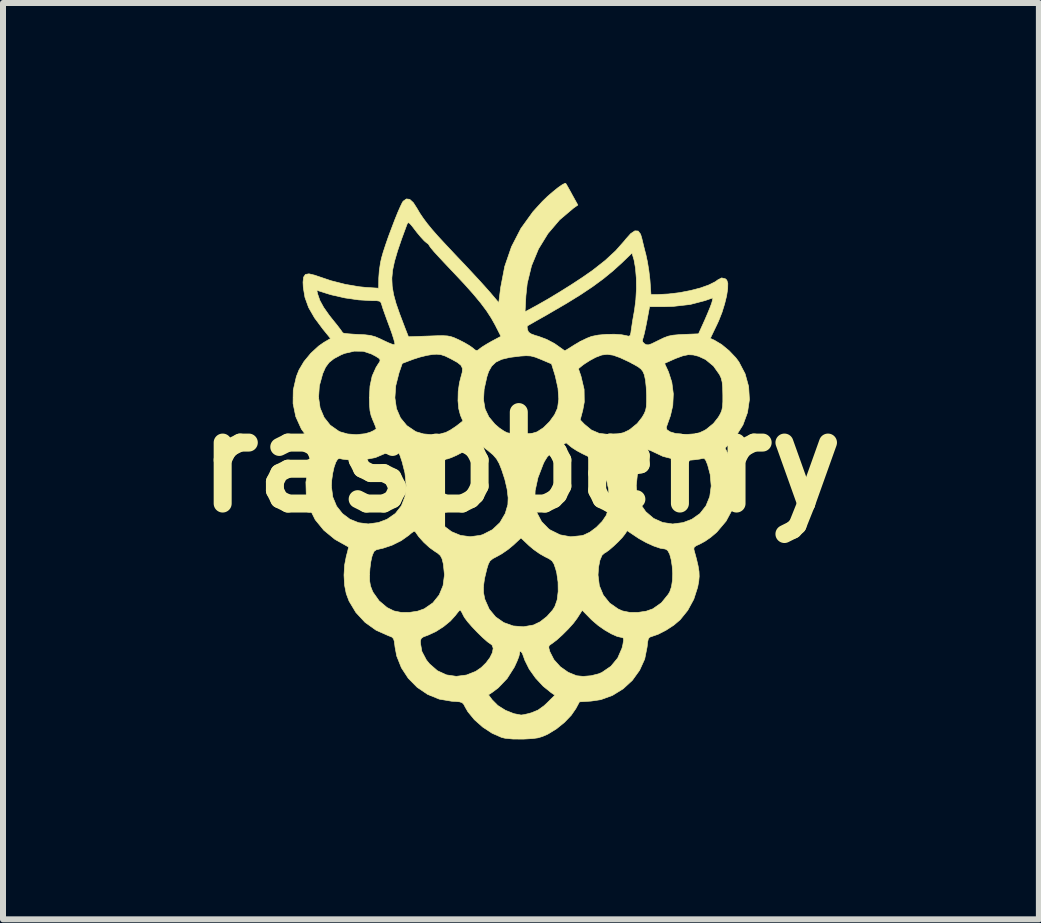
<source format=kicad_pcb>
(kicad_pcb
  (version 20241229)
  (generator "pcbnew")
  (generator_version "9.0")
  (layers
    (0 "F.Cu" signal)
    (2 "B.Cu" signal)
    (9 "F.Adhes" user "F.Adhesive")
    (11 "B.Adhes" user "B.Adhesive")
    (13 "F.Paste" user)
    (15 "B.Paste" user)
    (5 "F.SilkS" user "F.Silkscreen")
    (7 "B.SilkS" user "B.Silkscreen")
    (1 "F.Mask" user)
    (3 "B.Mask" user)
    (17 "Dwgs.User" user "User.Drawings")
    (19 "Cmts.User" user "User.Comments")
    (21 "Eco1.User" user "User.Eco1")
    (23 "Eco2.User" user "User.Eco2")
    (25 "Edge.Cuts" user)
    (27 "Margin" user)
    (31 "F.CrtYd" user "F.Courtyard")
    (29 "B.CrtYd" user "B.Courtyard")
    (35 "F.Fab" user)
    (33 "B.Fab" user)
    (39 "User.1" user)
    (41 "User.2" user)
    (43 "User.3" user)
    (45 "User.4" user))
  (footprint "raspberry"
    (layer "F.Cu")
    (at 5.632 4.652)
    (property "Reference" "raspberry" (at 0 0 0) (layer "F.SilkS") (effects (font (size 1.524 1.524) (thickness 0.3))))
    (attr through_hole)
    (fp_poly (pts (xy 0.746 -4.646) (xy 0.762 -4.62) (xy 0.795 -4.562) (xy 0.84 -4.481) (xy 0.851 -4.46) (xy 0.948 -4.285) (xy 0.874 -4.233) (xy 0.644 -4.038) (xy 0.449 -3.809) (xy 0.292 -3.553) (xy 0.176 -3.273) (xy 0.104 -2.978) (xy 0.082 -2.771) (xy 0.068 -2.506) (xy 0.269 -2.615) (xy 0.45 -2.718) (xy 0.647 -2.837) (xy 0.845 -2.961) (xy 1.029 -3.082) (xy 1.184 -3.19) (xy 1.194 -3.197) (xy 1.405 -3.363) (xy 1.579 -3.524) (xy 1.725 -3.689) (xy 1.745 -3.715) (xy 1.829 -3.809) (xy 1.898 -3.855) (xy 1.953 -3.852) (xy 1.993 -3.8) (xy 2.013 -3.734) (xy 2.026 -3.68) (xy 2.047 -3.593) (xy 2.073 -3.491) (xy 2.08 -3.467) (xy 2.107 -3.341) (xy 2.131 -3.193) (xy 2.148 -3.051) (xy 2.15 -3.029) (xy 2.166 -2.794) (xy 2.283 -2.794) (xy 2.459 -2.803) (xy 2.643 -2.825) (xy 2.823 -2.86) (xy 2.99 -2.903) (xy 3.132 -2.954) (xy 3.24 -3.008) (xy 3.279 -3.037) (xy 3.344 -3.071) (xy 3.406 -3.056) (xy 3.43 -3.034) (xy 3.447 -2.98) (xy 3.445 -2.89) (xy 3.427 -2.772) (xy 3.394 -2.638) (xy 3.35 -2.496) (xy 3.295 -2.357) (xy 3.268 -2.298) (xy 3.155 -2.063) (xy 3.222 -2.033) (xy 3.343 -1.961) (xy 3.468 -1.858) (xy 3.58 -1.74) (xy 3.631 -1.672) (xy 3.735 -1.473) (xy 3.794 -1.26) (xy 3.807 -1.043) (xy 3.775 -0.827) (xy 3.699 -0.62) (xy 3.579 -0.43) (xy 3.519 -0.359) (xy 3.402 -0.234) (xy 3.477 -0.085) (xy 3.562 0.134) (xy 3.597 0.355) (xy 3.584 0.575) (xy 3.524 0.786) (xy 3.418 0.983) (xy 3.267 1.162) (xy 3.249 1.179) (xy 3.161 1.253) (xy 3.067 1.318) (xy 2.988 1.361) (xy 2.986 1.362) (xy 2.915 1.395) (xy 2.883 1.423) (xy 2.882 1.457) (xy 2.883 1.46) (xy 2.925 1.614) (xy 2.952 1.73) (xy 2.967 1.823) (xy 2.97 1.903) (xy 2.963 1.983) (xy 2.946 2.075) (xy 2.943 2.088) (xy 2.88 2.284) (xy 2.779 2.47) (xy 2.652 2.627) (xy 2.546 2.717) (xy 2.417 2.801) (xy 2.286 2.868) (xy 2.182 2.904) (xy 2.145 2.917) (xy 2.123 2.943) (xy 2.111 2.995) (xy 2.102 3.08) (xy 2.062 3.281) (xy 1.977 3.468) (xy 1.856 3.636) (xy 1.703 3.777) (xy 1.525 3.887) (xy 1.33 3.958) (xy 1.167 3.982) (xy 0.975 3.994) (xy 0.915 4.106) (xy 0.837 4.219) (xy 0.725 4.336) (xy 0.593 4.443) (xy 0.457 4.527) (xy 0.438 4.537) (xy 0.359 4.571) (xy 0.284 4.594) (xy 0.197 4.606) (xy 0.081 4.613) (xy 0.038 4.615) (xy -0.134 4.614) (xy -0.265 4.601) (xy -0.323 4.587) (xy -0.482 4.517) (xy -0.637 4.415) (xy -0.776 4.292) (xy -0.885 4.159) (xy -0.93 4.081) (xy -0.954 4.035) (xy -0.981 4.008) (xy -1.023 3.994) (xy -1.095 3.987) (xy -1.155 3.984) (xy -1.362 3.949) (xy -1.538 3.877) (xy -0.542 3.877) (xy -0.48 3.96) (xy -0.386 4.055) (xy -0.259 4.135) (xy -0.118 4.191) (xy 0.002 4.214) (xy 0.047 4.208) (xy 0.122 4.191) (xy 0.176 4.176) (xy 0.285 4.131) (xy 0.386 4.058) (xy 0.438 4.009) (xy 0.565 3.883) (xy 0.505 3.843) (xy 0.369 3.733) (xy 0.243 3.597) (xy 0.137 3.448) (xy 0.064 3.301) (xy 0.049 3.258) (xy 0.023 3.187) (xy -0.002 3.153) (xy -0.02 3.158) (xy -0.025 3.197) (xy -0.036 3.242) (xy -0.065 3.316) (xy -0.106 3.406) (xy -0.115 3.423) (xy -0.231 3.606) (xy -0.38 3.762) (xy -0.48 3.837) (xy -0.542 3.877) (xy -1.538 3.877) (xy -1.556 3.87) (xy -1.73 3.752) (xy -1.878 3.602) (xy -1.993 3.426) (xy -2.071 3.23) (xy -2.099 3.08) (xy -2.107 3.013) (xy -1.676 3.013) (xy -1.651 3.155) (xy -1.576 3.297) (xy -1.523 3.362) (xy -1.392 3.476) (xy -1.241 3.545) (xy -1.078 3.569) (xy -0.908 3.547) (xy -0.754 3.486) (xy -0.661 3.422) (xy -0.581 3.343) (xy -0.517 3.257) (xy -0.476 3.174) (xy -0.463 3.101) (xy -0.466 3.092) (xy 0.463 3.092) (xy 0.48 3.153) (xy 0.482 3.16) (xy 0.549 3.291) (xy 0.655 3.409) (xy 0.787 3.502) (xy 0.927 3.559) (xy 1.037 3.57) (xy 1.167 3.559) (xy 1.291 3.528) (xy 1.347 3.505) (xy 1.499 3.401) (xy 1.612 3.264) (xy 1.684 3.099) (xy 1.699 3.035) (xy 1.71 2.964) (xy 1.705 2.931) (xy 1.683 2.921) (xy 1.679 2.921) (xy 1.605 2.905) (xy 1.506 2.861) (xy 1.395 2.797) (xy 1.285 2.72) (xy 1.188 2.637) (xy 1.168 2.618) (xy 1.021 2.468) (xy 0.936 2.601) (xy 0.875 2.683) (xy 0.789 2.779) (xy 0.692 2.876) (xy 0.596 2.963) (xy 0.514 3.025) (xy 0.496 3.036) (xy 0.468 3.059) (xy 0.463 3.092) (xy -0.466 3.092) (xy -0.482 3.049) (xy -0.498 3.036) (xy -0.559 2.993) (xy -0.639 2.922) (xy -0.727 2.836) (xy -0.815 2.744) (xy -0.89 2.658) (xy -0.942 2.588) (xy -0.957 2.561) (xy -0.987 2.501) (xy -1.01 2.467) (xy -1.015 2.464) (xy -1.037 2.484) (xy -1.075 2.531) (xy -1.092 2.554) (xy -1.176 2.647) (xy -1.291 2.741) (xy -1.419 2.823) (xy -1.542 2.88) (xy -1.552 2.884) (xy -1.625 2.911) (xy -1.662 2.937) (xy -1.675 2.974) (xy -1.676 3.013) (xy -2.107 3.013) (xy -2.109 2.993) (xy -2.124 2.943) (xy -2.149 2.916) (xy -2.195 2.897) (xy -2.207 2.893) (xy -2.416 2.8) (xy -2.599 2.669) (xy -2.751 2.505) (xy -2.865 2.315) (xy -2.912 2.19) (xy -2.94 2.049) (xy -2.949 1.883) (xy -2.948 1.867) (xy -2.523 1.867) (xy -2.522 1.979) (xy -2.508 2.063) (xy -2.477 2.143) (xy -2.464 2.17) (xy -2.364 2.311) (xy -2.231 2.423) (xy -2.118 2.479) (xy -2 2.503) (xy -1.861 2.504) (xy -1.722 2.483) (xy -1.612 2.444) (xy -1.468 2.344) (xy -1.363 2.213) (xy -1.302 2.066) (xy -0.625 2.066) (xy -0.624 2.176) (xy -0.603 2.281) (xy -0.6 2.29) (xy -0.529 2.45) (xy -0.422 2.579) (xy -0.287 2.673) (xy -0.13 2.729) (xy 0.041 2.743) (xy 0.207 2.714) (xy 0.32 2.66) (xy 0.433 2.571) (xy 0.528 2.464) (xy 0.565 2.404) (xy 0.603 2.295) (xy 0.62 2.154) (xy 0.618 1.999) (xy 0.601 1.88) (xy 1.284 1.88) (xy 1.306 2.058) (xy 1.372 2.216) (xy 1.478 2.348) (xy 1.62 2.447) (xy 1.692 2.479) (xy 1.81 2.503) (xy 1.949 2.504) (xy 2.088 2.483) (xy 2.198 2.444) (xy 2.341 2.343) (xy 2.455 2.202) (xy 2.48 2.159) (xy 2.508 2.077) (xy 2.524 1.972) (xy 2.528 1.855) (xy 2.52 1.735) (xy 2.503 1.624) (xy 2.478 1.532) (xy 2.444 1.47) (xy 2.406 1.448) (xy 2.32 1.434) (xy 2.209 1.396) (xy 2.086 1.34) (xy 1.966 1.273) (xy 1.94 1.256) (xy 1.77 1.142) (xy 1.732 1.2) (xy 1.686 1.258) (xy 1.619 1.328) (xy 1.543 1.4) (xy 1.471 1.462) (xy 1.415 1.503) (xy 1.397 1.511) (xy 1.351 1.551) (xy 1.316 1.633) (xy 1.293 1.75) (xy 1.284 1.88) (xy 0.601 1.88) (xy 0.596 1.845) (xy 0.578 1.778) (xy 0.55 1.696) (xy 0.518 1.646) (xy 0.467 1.609) (xy 0.402 1.577) (xy 0.312 1.526) (xy 0.211 1.455) (xy 0.134 1.39) (xy 0.000221 1.263) (xy -0.125 1.38) (xy -0.217 1.456) (xy -0.322 1.528) (xy -0.39 1.566) (xy -0.468 1.607) (xy -0.515 1.645) (xy -0.543 1.696) (xy -0.568 1.776) (xy -0.607 1.937) (xy -0.625 2.066) (xy -1.302 2.066) (xy -1.298 2.055) (xy -1.275 1.877) (xy -1.294 1.696) (xy -1.315 1.611) (xy -1.343 1.557) (xy -1.389 1.516) (xy -1.432 1.489) (xy -1.524 1.423) (xy -1.62 1.335) (xy -1.703 1.243) (xy -1.747 1.18) (xy -1.765 1.155) (xy -1.789 1.155) (xy -1.83 1.184) (xy -1.869 1.218) (xy -1.996 1.308) (xy -2.149 1.384) (xy -2.302 1.435) (xy -2.34 1.443) (xy -2.408 1.459) (xy -2.447 1.485) (xy -2.472 1.539) (xy -2.484 1.575) (xy -2.503 1.662) (xy -2.517 1.773) (xy -2.523 1.867) (xy -2.948 1.867) (xy -2.939 1.714) (xy -2.91 1.564) (xy -2.909 1.562) (xy -2.888 1.484) (xy -2.876 1.43) (xy -2.875 1.413) (xy -3.101 1.286) (xy -3.286 1.134) (xy -3.429 0.959) (xy -3.527 0.762) (xy -3.578 0.557) (xy -3.582 0.406) (xy -3.159 0.406) (xy -3.136 0.581) (xy -3.073 0.733) (xy -2.975 0.857) (xy -2.85 0.951) (xy -2.705 1.009) (xy -2.545 1.029) (xy -2.376 1.006) (xy -2.233 0.952) (xy -2.093 0.855) (xy -1.993 0.727) (xy -1.952 0.621) (xy -1.473 0.621) (xy -1.449 0.79) (xy -1.383 0.939) (xy -1.283 1.064) (xy -1.156 1.159) (xy -1.008 1.22) (xy -0.846 1.242) (xy -0.679 1.22) (xy -0.634 1.206) (xy -0.476 1.125) (xy -0.351 1.007) (xy -0.262 0.855) (xy -0.218 0.705) (xy -0.217 0.671) (xy 0.23 0.671) (xy 0.266 0.843) (xy 0.343 0.99) (xy 0.46 1.11) (xy 0.49 1.131) (xy 0.653 1.211) (xy 0.827 1.243) (xy 1.006 1.225) (xy 1.046 1.215) (xy 1.149 1.166) (xy 1.257 1.085) (xy 1.353 0.987) (xy 1.42 0.888) (xy 1.425 0.877) (xy 1.46 0.755) (xy 1.471 0.605) (xy 1.459 0.446) (xy 1.446 0.39) (xy 1.921 0.39) (xy 1.933 0.551) (xy 1.974 0.673) (xy 2.079 0.825) (xy 2.21 0.937) (xy 2.362 1.005) (xy 2.528 1.03) (xy 2.701 1.007) (xy 2.847 0.952) (xy 2.983 0.856) (xy 3.083 0.728) (xy 3.146 0.573) (xy 3.17 0.397) (xy 3.153 0.204) (xy 3.11 0.043) (xy 3.08 -0.03) (xy 3.054 -0.063) (xy 3.026 -0.062) (xy 2.981 -0.052) (xy 2.902 -0.041) (xy 2.806 -0.032) (xy 2.805 -0.032) (xy 2.583 -0.041) (xy 2.367 -0.096) (xy 2.223 -0.164) (xy 2.155 -0.196) (xy 2.103 -0.211) (xy 2.09 -0.21) (xy 2.068 -0.183) (xy 2.037 -0.118) (xy 2.003 -0.029) (xy 1.991 0.008) (xy 1.94 0.207) (xy 1.921 0.39) (xy 1.446 0.39) (xy 1.433 0.328) (xy 1.384 0.179) (xy 1.336 0.063) (xy 1.293 -0.015) (xy 1.255 -0.05) (xy 1.248 -0.051) (xy 1.197 -0.063) (xy 1.117 -0.096) (xy 1.024 -0.141) (xy 0.931 -0.191) (xy 0.854 -0.24) (xy 0.827 -0.261) (xy 0.752 -0.323) (xy 0.595 -0.219) (xy 0.501 -0.151) (xy 0.439 -0.089) (xy 0.392 -0.014) (xy 0.373 0.025) (xy 0.283 0.259) (xy 0.236 0.475) (xy 0.23 0.671) (xy -0.217 0.671) (xy -0.214 0.594) (xy -0.231 0.45) (xy -0.269 0.287) (xy -0.322 0.125) (xy -0.363 0.022) (xy -0.407 -0.055) (xy -0.465 -0.122) (xy -0.548 -0.192) (xy -0.617 -0.244) (xy -0.74 -0.332) (xy -0.821 -0.264) (xy -0.887 -0.217) (xy -0.976 -0.165) (xy -1.072 -0.115) (xy -1.161 -0.076) (xy -1.229 -0.053) (xy -1.248 -0.051) (xy -1.284 -0.027) (xy -1.325 0.036) (xy -1.366 0.13) (xy -1.405 0.243) (xy -1.438 0.365) (xy -1.462 0.487) (xy -1.472 0.599) (xy -1.473 0.621) (xy -1.952 0.621) (xy -1.933 0.571) (xy -1.913 0.387) (xy -1.934 0.178) (xy -1.98 -0.003) (xy -2.017 -0.114) (xy -2.051 -0.18) (xy -2.09 -0.208) (xy -2.14 -0.202) (xy -2.211 -0.168) (xy -2.213 -0.167) (xy -2.427 -0.076) (xy -2.651 -0.033) (xy -2.805 -0.032) (xy -2.9 -0.041) (xy -2.979 -0.051) (xy -3.025 -0.062) (xy -3.025 -0.062) (xy -3.055 -0.05) (xy -3.086 0.002) (xy -3.115 0.085) (xy -3.138 0.188) (xy -3.154 0.301) (xy -3.159 0.406) (xy -3.582 0.406) (xy -3.584 0.333) (xy -3.546 0.11) (xy -3.478 -0.07) (xy -3.4 -0.23) (xy -3.52 -0.362) (xy -3.66 -0.553) (xy -3.753 -0.759) (xy -3.798 -0.977) (xy -3.797 -1.079) (xy -3.373 -1.079) (xy -3.347 -0.902) (xy -3.281 -0.746) (xy -3.179 -0.617) (xy -3.04 -0.519) (xy -3.012 -0.505) (xy -2.888 -0.47) (xy -2.743 -0.459) (xy -2.6 -0.474) (xy -2.515 -0.498) (xy -2.453 -0.527) (xy -2.417 -0.552) (xy -2.413 -0.558) (xy -2.423 -0.591) (xy -2.448 -0.653) (xy -2.469 -0.702) (xy -2.498 -0.777) (xy -2.516 -0.857) (xy -2.524 -0.959) (xy -2.526 -1.067) (xy -2.526 -1.072) (xy -2.101 -1.072) (xy -2.075 -0.893) (xy -2.008 -0.738) (xy -1.903 -0.61) (xy -1.761 -0.514) (xy -1.742 -0.505) (xy -1.625 -0.471) (xy -1.486 -0.459) (xy -1.35 -0.469) (xy -1.254 -0.495) (xy -1.177 -0.535) (xy -1.092 -0.591) (xy -1.066 -0.61) (xy -0.968 -0.687) (xy -1.009 -0.782) (xy -1.037 -0.89) (xy -1.05 -1.028) (xy -1.049 -1.038) (xy -0.624 -1.038) (xy -0.598 -0.886) (xy -0.535 -0.754) (xy -0.435 -0.634) (xy -0.358 -0.568) (xy -0.279 -0.515) (xy -0.228 -0.49) (xy -0.105 -0.466) (xy 0.034 -0.461) (xy 0.168 -0.475) (xy 0.268 -0.505) (xy 0.374 -0.574) (xy 0.476 -0.675) (xy 0.56 -0.791) (xy 0.61 -0.902) (xy 0.63 -1.052) (xy 0.617 -1.232) (xy 0.572 -1.435) (xy 0.56 -1.474) (xy 0.534 -1.558) (xy 0.957 -1.558) (xy 1 -1.433) (xy 1.052 -1.214) (xy 1.055 -1.002) (xy 1.03 -0.867) (xy 0.987 -0.705) (xy 1.057 -0.632) (xy 1.174 -0.536) (xy 1.304 -0.48) (xy 1.46 -0.462) (xy 1.514 -0.463) (xy 1.626 -0.472) (xy 1.71 -0.492) (xy 1.79 -0.53) (xy 1.818 -0.547) (xy 1.938 -0.645) (xy 2.019 -0.748) (xy 2.055 -0.81) (xy 2.077 -0.864) (xy 2.089 -0.924) (xy 2.093 -1.006) (xy 2.093 -1.116) (xy 2.087 -1.248) (xy 2.075 -1.365) (xy 2.057 -1.45) (xy 2.054 -1.46) (xy 2.032 -1.511) (xy 2.001 -1.551) (xy 1.952 -1.589) (xy 1.873 -1.634) (xy 1.85 -1.646) (xy 2.393 -1.646) (xy 2.459 -1.503) (xy 2.514 -1.331) (xy 2.539 -1.138) (xy 2.53 -0.945) (xy 2.491 -0.775) (xy 2.46 -0.688) (xy 2.435 -0.617) (xy 2.422 -0.581) (xy 2.432 -0.541) (xy 2.484 -0.506) (xy 2.57 -0.48) (xy 2.68 -0.465) (xy 2.784 -0.464) (xy 2.894 -0.472) (xy 2.977 -0.491) (xy 3.054 -0.527) (xy 3.088 -0.547) (xy 3.208 -0.645) (xy 3.289 -0.748) (xy 3.325 -0.81) (xy 3.347 -0.865) (xy 3.359 -0.926) (xy 3.364 -1.009) (xy 3.364 -1.116) (xy 3.361 -1.242) (xy 3.353 -1.333) (xy 3.336 -1.402) (xy 3.309 -1.46) (xy 3.208 -1.602) (xy 3.077 -1.71) (xy 2.961 -1.764) (xy 2.871 -1.787) (xy 2.788 -1.791) (xy 2.697 -1.772) (xy 2.582 -1.73) (xy 2.536 -1.71) (xy 2.393 -1.646) (xy 1.85 -1.646) (xy 1.801 -1.672) (xy 1.653 -1.741) (xy 1.536 -1.783) (xy 1.438 -1.797) (xy 1.348 -1.786) (xy 1.254 -1.751) (xy 1.239 -1.744) (xy 1.15 -1.696) (xy 1.068 -1.644) (xy 1.031 -1.618) (xy 0.957 -1.558) (xy 0.534 -1.558) (xy 0.509 -1.638) (xy 0.337 -1.711) (xy 0.239 -1.75) (xy 0.163 -1.77) (xy 0.085 -1.774) (xy -0.009 -1.768) (xy -0.186 -1.746) (xy -0.32 -1.714) (xy -0.418 -1.667) (xy -0.488 -1.6) (xy -0.539 -1.51) (xy -0.568 -1.422) (xy -0.614 -1.215) (xy -0.624 -1.038) (xy -1.049 -1.038) (xy -1.046 -1.178) (xy -1.025 -1.324) (xy -1.004 -1.406) (xy -0.979 -1.498) (xy -0.975 -1.563) (xy -1 -1.614) (xy -1.058 -1.661) (xy -1.157 -1.716) (xy -1.17 -1.723) (xy -1.264 -1.769) (xy -1.335 -1.792) (xy -1.404 -1.799) (xy -1.473 -1.795) (xy -1.57 -1.779) (xy -1.687 -1.75) (xy -1.796 -1.715) (xy -1.978 -1.646) (xy -2.032 -1.49) (xy -2.087 -1.273) (xy -2.101 -1.072) (xy -2.526 -1.072) (xy -2.516 -1.268) (xy -2.48 -1.435) (xy -2.416 -1.578) (xy -2.38 -1.635) (xy -2.353 -1.676) (xy -2.347 -1.705) (xy -2.368 -1.732) (xy -2.422 -1.766) (xy -2.495 -1.804) (xy -2.628 -1.848) (xy -2.779 -1.85) (xy -2.938 -1.813) (xy -2.997 -1.789) (xy -3.116 -1.726) (xy -3.198 -1.661) (xy -3.257 -1.581) (xy -3.304 -1.475) (xy -3.36 -1.272) (xy -3.373 -1.079) (xy -3.797 -1.079) (xy -3.795 -1.201) (xy -3.743 -1.427) (xy -3.699 -1.537) (xy -3.616 -1.677) (xy -3.502 -1.815) (xy -3.373 -1.934) (xy -3.286 -1.995) (xy -3.173 -2.061) (xy -3.301 -2.218) (xy -3.44 -2.405) (xy -3.539 -2.577) (xy -3.6 -2.746) (xy -3.62 -2.865) (xy -3.403 -2.865) (xy -3.387 -2.798) (xy -3.351 -2.694) (xy -3.288 -2.579) (xy -3.193 -2.444) (xy -3.126 -2.36) (xy -3.06 -2.278) (xy -3.008 -2.21) (xy -2.977 -2.166) (xy -2.972 -2.156) (xy -2.948 -2.148) (xy -2.885 -2.14) (xy -2.792 -2.133) (xy -2.722 -2.129) (xy -2.599 -2.123) (xy -2.509 -2.112) (xy -2.433 -2.092) (xy -2.355 -2.059) (xy -2.297 -2.031) (xy -2.211 -1.991) (xy -2.143 -1.964) (xy -2.105 -1.956) (xy -2.102 -1.957) (xy -2.103 -1.985) (xy -2.12 -2.05) (xy -2.15 -2.144) (xy -2.19 -2.256) (xy -2.193 -2.263) (xy -2.237 -2.382) (xy -2.276 -2.49) (xy -2.306 -2.575) (xy -2.32 -2.623) (xy -2.334 -2.662) (xy -2.357 -2.683) (xy -2.405 -2.691) (xy -2.488 -2.692) (xy -2.702 -2.704) (xy -2.933 -2.737) (xy -3.153 -2.787) (xy -3.219 -2.806) (xy -3.403 -2.865) (xy -3.62 -2.865) (xy -3.628 -2.919) (xy -3.632 -3) (xy -3.623 -3.083) (xy -3.592 -3.129) (xy -3.533 -3.139) (xy -3.441 -3.117) (xy -3.394 -3.101) (xy -3.166 -3.024) (xy -2.926 -2.963) (xy -2.698 -2.924) (xy -2.59 -2.913) (xy -2.372 -2.899) (xy -2.37 -3.064) (xy -2.152 -3.064) (xy -2.146 -2.931) (xy -2.123 -2.794) (xy -2.082 -2.644) (xy -2.022 -2.472) (xy -1.945 -2.269) (xy -1.931 -2.232) (xy -1.875 -2.09) (xy -1.536 -2.102) (xy -1.398 -2.107) (xy -1.299 -2.108) (xy -1.227 -2.104) (xy -1.17 -2.093) (xy -1.116 -2.075) (xy -1.054 -2.047) (xy -1.036 -2.039) (xy -0.944 -1.992) (xy -0.862 -1.944) (xy -0.813 -1.91) (xy -0.763 -1.869) (xy -0.733 -1.859) (xy -0.704 -1.876) (xy -0.685 -1.893) (xy -0.64 -1.925) (xy -0.567 -1.97) (xy -0.488 -2.015) (xy -0.334 -2.097) (xy -0.408 -2.243) (xy 0.103 -2.243) (xy 0.111 -2.202) (xy 0.128 -2.166) (xy 0.168 -2.138) (xy 0.24 -2.111) (xy 0.291 -2.097) (xy 0.426 -2.047) (xy 0.557 -1.978) (xy 0.59 -1.955) (xy 0.659 -1.906) (xy 0.71 -1.87) (xy 0.729 -1.856) (xy 0.752 -1.868) (xy 0.806 -1.901) (xy 0.88 -1.948) (xy 0.893 -1.956) (xy 0.983 -2.009) (xy 2.024 -2.009) (xy 2.059 -1.973) (xy 2.089 -1.957) (xy 2.124 -1.955) (xy 2.175 -1.972) (xy 2.253 -2.01) (xy 2.289 -2.028) (xy 2.38 -2.072) (xy 2.455 -2.1) (xy 2.533 -2.116) (xy 2.632 -2.125) (xy 2.713 -2.129) (xy 2.959 -2.139) (xy 3.064 -2.371) (xy 3.11 -2.478) (xy 3.15 -2.575) (xy 3.177 -2.647) (xy 3.184 -2.671) (xy 3.2 -2.739) (xy 3.065 -2.692) (xy 2.82 -2.628) (xy 2.537 -2.596) (xy 2.373 -2.591) (xy 2.143 -2.591) (xy 2.097 -2.343) (xy 2.075 -2.233) (xy 2.054 -2.138) (xy 2.036 -2.072) (xy 2.029 -2.053) (xy 2.024 -2.009) (xy 0.983 -2.009) (xy 0.993 -2.014) (xy 1.098 -2.065) (xy 1.177 -2.096) (xy 1.287 -2.118) (xy 1.42 -2.13) (xy 1.558 -2.132) (xy 1.68 -2.123) (xy 1.743 -2.111) (xy 1.794 -2.099) (xy 1.819 -2.11) (xy 1.831 -2.154) (xy 1.836 -2.193) (xy 1.847 -2.266) (xy 1.863 -2.371) (xy 1.884 -2.489) (xy 1.893 -2.54) (xy 1.914 -2.706) (xy 1.924 -2.887) (xy 1.922 -3.069) (xy 1.908 -3.236) (xy 1.884 -3.371) (xy 1.879 -3.387) (xy 1.85 -3.485) (xy 1.681 -3.322) (xy 1.532 -3.187) (xy 1.373 -3.057) (xy 1.195 -2.926) (xy 0.993 -2.791) (xy 0.76 -2.647) (xy 0.487 -2.488) (xy 0.445 -2.463) (xy 0.328 -2.397) (xy 0.229 -2.341) (xy 0.154 -2.298) (xy 0.111 -2.273) (xy 0.105 -2.269) (xy 0.103 -2.243) (xy -0.408 -2.243) (xy -0.428 -2.282) (xy -0.494 -2.4) (xy -0.573 -2.522) (xy -0.672 -2.654) (xy -0.794 -2.801) (xy -0.943 -2.968) (xy -1.126 -3.163) (xy -1.168 -3.207) (xy -1.276 -3.321) (xy -1.371 -3.423) (xy -1.448 -3.507) (xy -1.5 -3.569) (xy -1.523 -3.601) (xy -1.524 -3.603) (xy -1.544 -3.635) (xy -1.575 -3.657) (xy -1.613 -3.69) (xy -1.67 -3.752) (xy -1.736 -3.831) (xy -1.752 -3.852) (xy -1.814 -3.933) (xy -1.853 -3.978) (xy -1.877 -3.992) (xy -1.891 -3.981) (xy -1.901 -3.959) (xy -1.989 -3.72) (xy -2.057 -3.52) (xy -2.107 -3.349) (xy -2.139 -3.2) (xy -2.152 -3.064) (xy -2.37 -3.064) (xy -2.37 -3.069) (xy -2.361 -3.192) (xy -2.341 -3.326) (xy -2.324 -3.402) (xy -2.296 -3.5) (xy -2.256 -3.622) (xy -2.209 -3.758) (xy -2.156 -3.899) (xy -2.104 -4.036) (xy -2.054 -4.16) (xy -2.01 -4.26) (xy -1.977 -4.328) (xy -1.963 -4.349) (xy -1.909 -4.387) (xy -1.854 -4.38) (xy -1.794 -4.325) (xy -1.735 -4.233) (xy -1.685 -4.148) (xy -1.629 -4.065) (xy -1.564 -3.978) (xy -1.485 -3.881) (xy -1.385 -3.767) (xy -1.26 -3.632) (xy -1.106 -3.468) (xy -1.057 -3.416) (xy -0.932 -3.285) (xy -0.809 -3.153) (xy -0.696 -3.031) (xy -0.6 -2.925) (xy -0.53 -2.846) (xy -0.519 -2.834) (xy -0.37 -2.658) (xy -0.339 -2.908) (xy -0.271 -3.261) (xy -0.158 -3.59) (xy -0.001 -3.895) (xy 0.201 -4.175) (xy 0.357 -4.346) (xy 0.445 -4.431) (xy 0.536 -4.509) (xy 0.619 -4.576) (xy 0.688 -4.624) (xy 0.733 -4.647) (xy 0.746 -4.646)) (stroke (width 0.01) (type solid)) (fill yes) (layer "F.SilkS")))
  (gr_rect
    (start -3 -3)
    (end 14.263 12.271)
    (stroke (width 0.1) (type default))
    (fill no)
    (layer "Edge.Cuts")))
</source>
